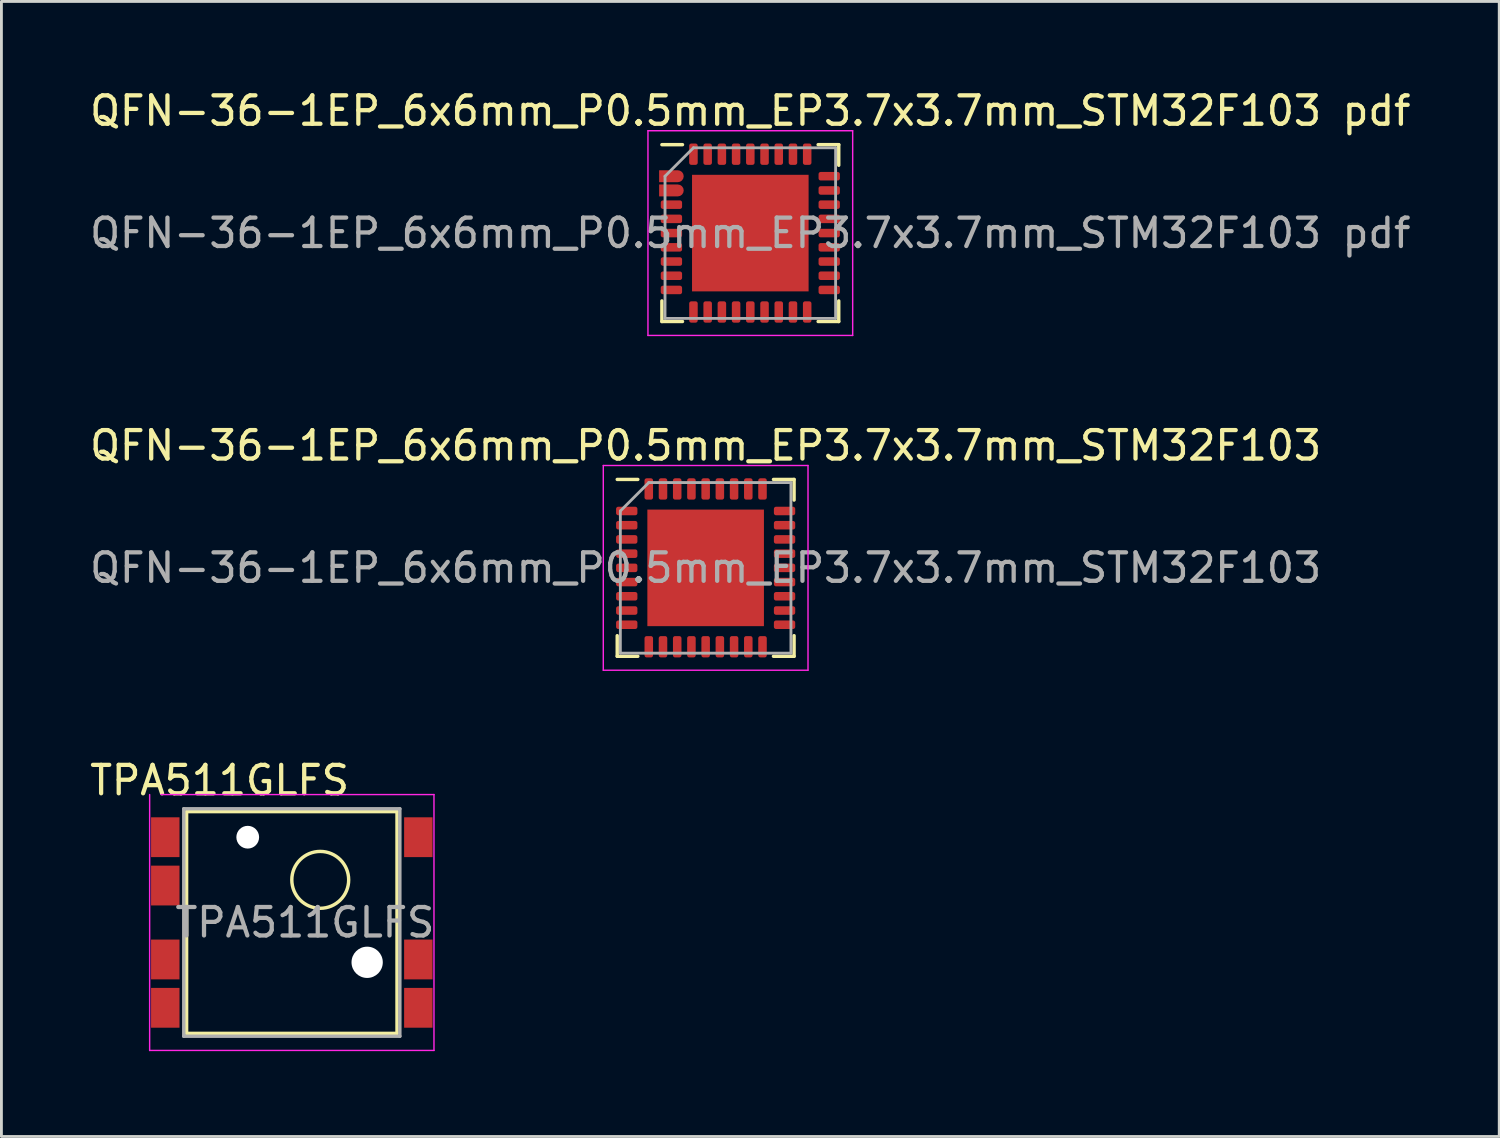
<source format=kicad_pcb>
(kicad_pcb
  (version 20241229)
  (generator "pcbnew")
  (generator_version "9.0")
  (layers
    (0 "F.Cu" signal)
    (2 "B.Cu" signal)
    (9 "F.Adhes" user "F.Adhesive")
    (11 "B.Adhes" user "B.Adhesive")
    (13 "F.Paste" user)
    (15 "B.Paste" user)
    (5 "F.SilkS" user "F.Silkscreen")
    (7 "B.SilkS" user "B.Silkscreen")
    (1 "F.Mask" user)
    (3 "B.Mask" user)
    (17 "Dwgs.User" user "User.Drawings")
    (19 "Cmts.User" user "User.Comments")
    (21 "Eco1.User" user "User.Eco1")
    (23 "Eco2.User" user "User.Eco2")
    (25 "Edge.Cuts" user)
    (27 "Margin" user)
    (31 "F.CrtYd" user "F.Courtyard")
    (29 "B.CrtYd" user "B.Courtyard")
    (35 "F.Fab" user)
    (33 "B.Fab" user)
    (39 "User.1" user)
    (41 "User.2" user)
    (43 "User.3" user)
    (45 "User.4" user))
  (footprint "QFN-36-1EP_6x6mm_P0.5mm_EP3.7x3.7mm_STM32F103 pdf"
    (layer "F.Cu")
    (at 23.339 5.148)
    (property "Reference" "QFN-36-1EP_6x6mm_P0.5mm_EP3.7x3.7mm_STM32F103 pdf" (at 0 -4.3 0) (layer "F.SilkS") (effects (font (size 1 1) (thickness 0.15))))
    (attr smd)
    (fp_line (start -3.11 3.11) (end -3.11 2.385) (stroke (width 0.12) (type solid)) (layer "F.SilkS"))
    (fp_line (start -2.385 -3.11) (end -3.11 -3.11) (stroke (width 0.12) (type solid)) (layer "F.SilkS"))
    (fp_line (start -2.385 3.11) (end -3.11 3.11) (stroke (width 0.12) (type solid)) (layer "F.SilkS"))
    (fp_line (start 2.385 -3.11) (end 3.11 -3.11) (stroke (width 0.12) (type solid)) (layer "F.SilkS"))
    (fp_line (start 2.385 3.11) (end 3.11 3.11) (stroke (width 0.12) (type solid)) (layer "F.SilkS"))
    (fp_line (start 3.11 -3.11) (end 3.11 -2.385) (stroke (width 0.12) (type solid)) (layer "F.SilkS"))
    (fp_line (start 3.11 3.11) (end 3.11 2.385) (stroke (width 0.12) (type solid)) (layer "F.SilkS"))
    (fp_line (start -3.6 -3.6) (end -3.6 3.6) (stroke (width 0.05) (type solid)) (layer "F.CrtYd"))
    (fp_line (start -3.6 3.6) (end 3.6 3.6) (stroke (width 0.05) (type solid)) (layer "F.CrtYd"))
    (fp_line (start 3.6 -3.6) (end -3.6 -3.6) (stroke (width 0.05) (type solid)) (layer "F.CrtYd"))
    (fp_line (start 3.6 3.6) (end 3.6 -3.6) (stroke (width 0.05) (type solid)) (layer "F.CrtYd"))
    (fp_line (start -3 -2) (end -2 -3) (stroke (width 0.1) (type solid)) (layer "F.Fab"))
    (fp_line (start -3 3) (end -3 -2) (stroke (width 0.1) (type solid)) (layer "F.Fab"))
    (fp_line (start -2 -3) (end 3 -3) (stroke (width 0.1) (type solid)) (layer "F.Fab"))
    (fp_line (start 3 -3) (end 3 3) (stroke (width 0.1) (type solid)) (layer "F.Fab"))
    (fp_line (start 3 3) (end -3 3) (stroke (width 0.1) (type solid)) (layer "F.Fab"))
    (fp_text user "${REFERENCE}" (at 0 0 0) (layer "F.Fab") (effects (font (size 1 1) (thickness 0.15))))
    (pad "" smd roundrect (at -1.23 -1.23) (size 0.99 0.99) (layers "F.Paste") (roundrect_rratio 0.25))
    (pad "" smd roundrect (at -1.23 0) (size 0.99 0.99) (layers "F.Paste") (roundrect_rratio 0.25))
    (pad "" smd roundrect (at -1.23 1.23) (size 0.99 0.99) (layers "F.Paste") (roundrect_rratio 0.25))
    (pad "" smd roundrect (at 0 -1.23) (size 0.99 0.99) (layers "F.Paste") (roundrect_rratio 0.25))
    (pad "" smd roundrect (at 0 0) (size 0.99 0.99) (layers "F.Paste") (roundrect_rratio 0.25))
    (pad "" smd roundrect (at 0 1.23) (size 0.99 0.99) (layers "F.Paste") (roundrect_rratio 0.25))
    (pad "" smd roundrect (at 1.23 -1.23) (size 0.99 0.99) (layers "F.Paste") (roundrect_rratio 0.25))
    (pad "" smd roundrect (at 1.23 0) (size 0.99 0.99) (layers "F.Paste") (roundrect_rratio 0.25))
    (pad "" smd roundrect (at 1.23 1.23) (size 0.99 0.99) (layers "F.Paste") (roundrect_rratio 0.25))
    (pad "1" smd roundrect (at -2.775 -2) (size 0.865 0.42) (layers "F.Cu" "F.Mask" "F.Paste") (roundrect_rratio 0.5) (chamfer_ratio 0) (chamfer top_left bottom_left))
    (pad "2" smd roundrect (at -2.775 -1.5) (size 0.865 0.42) (layers "F.Cu" "F.Mask" "F.Paste") (roundrect_rratio 0.5) (chamfer_ratio 0) (chamfer top_left bottom_left))
    (pad "3" smd roundrect (at -2.775 -1) (size 0.75 0.3) (layers "F.Cu" "F.Mask" "F.Paste") (roundrect_rratio 0.25))
    (pad "4" smd roundrect (at -2.775 -0.5) (size 0.75 0.3) (layers "F.Cu" "F.Mask" "F.Paste") (roundrect_rratio 0.25))
    (pad "5" smd roundrect (at -2.775 0) (size 0.75 0.3) (layers "F.Cu" "F.Mask" "F.Paste") (roundrect_rratio 0.25))
    (pad "6" smd roundrect (at -2.775 0.5) (size 0.75 0.3) (layers "F.Cu" "F.Mask" "F.Paste") (roundrect_rratio 0.25))
    (pad "7" smd roundrect (at -2.775 1) (size 0.75 0.3) (layers "F.Cu" "F.Mask" "F.Paste") (roundrect_rratio 0.25))
    (pad "8" smd roundrect (at -2.775 1.5) (size 0.75 0.3) (layers "F.Cu" "F.Mask" "F.Paste") (roundrect_rratio 0.25))
    (pad "9" smd roundrect (at -2.775 2) (size 0.75 0.3) (layers "F.Cu" "F.Mask" "F.Paste") (roundrect_rratio 0.25))
    (pad "10" smd roundrect (at -2 2.775) (size 0.3 0.75) (layers "F.Cu" "F.Mask" "F.Paste") (roundrect_rratio 0.25))
    (pad "11" smd roundrect (at -1.5 2.775) (size 0.3 0.75) (layers "F.Cu" "F.Mask" "F.Paste") (roundrect_rratio 0.25))
    (pad "12" smd roundrect (at -1 2.775) (size 0.3 0.75) (layers "F.Cu" "F.Mask" "F.Paste") (roundrect_rratio 0.25))
    (pad "13" smd roundrect (at -0.5 2.775) (size 0.3 0.75) (layers "F.Cu" "F.Mask" "F.Paste") (roundrect_rratio 0.25))
    (pad "14" smd roundrect (at 0 2.775) (size 0.3 0.75) (layers "F.Cu" "F.Mask" "F.Paste") (roundrect_rratio 0.25))
    (pad "15" smd roundrect (at 0.5 2.775) (size 0.3 0.75) (layers "F.Cu" "F.Mask" "F.Paste") (roundrect_rratio 0.25))
    (pad "16" smd roundrect (at 1 2.775) (size 0.3 0.75) (layers "F.Cu" "F.Mask" "F.Paste") (roundrect_rratio 0.25))
    (pad "17" smd roundrect (at 1.5 2.775) (size 0.3 0.75) (layers "F.Cu" "F.Mask" "F.Paste") (roundrect_rratio 0.25))
    (pad "18" smd roundrect (at 2 2.775) (size 0.3 0.75) (layers "F.Cu" "F.Mask" "F.Paste") (roundrect_rratio 0.25))
    (pad "19" smd roundrect (at 2.775 2) (size 0.75 0.3) (layers "F.Cu" "F.Mask" "F.Paste") (roundrect_rratio 0.25))
    (pad "20" smd roundrect (at 2.775 1.5) (size 0.75 0.3) (layers "F.Cu" "F.Mask" "F.Paste") (roundrect_rratio 0.25))
    (pad "21" smd roundrect (at 2.775 1) (size 0.75 0.3) (layers "F.Cu" "F.Mask" "F.Paste") (roundrect_rratio 0.25))
    (pad "22" smd roundrect (at 2.775 0.5) (size 0.75 0.3) (layers "F.Cu" "F.Mask" "F.Paste") (roundrect_rratio 0.25))
    (pad "23" smd roundrect (at 2.775 0) (size 0.75 0.3) (layers "F.Cu" "F.Mask" "F.Paste") (roundrect_rratio 0.25))
    (pad "24" smd roundrect (at 2.775 -0.5) (size 0.75 0.3) (layers "F.Cu" "F.Mask" "F.Paste") (roundrect_rratio 0.25))
    (pad "25" smd roundrect (at 2.775 -1) (size 0.75 0.3) (layers "F.Cu" "F.Mask" "F.Paste") (roundrect_rratio 0.25))
    (pad "26" smd roundrect (at 2.775 -1.5) (size 0.75 0.3) (layers "F.Cu" "F.Mask" "F.Paste") (roundrect_rratio 0.25))
    (pad "27" smd roundrect (at 2.775 -2) (size 0.75 0.3) (layers "F.Cu" "F.Mask" "F.Paste") (roundrect_rratio 0.25))
    (pad "28" smd roundrect (at 2 -2.775) (size 0.3 0.75) (layers "F.Cu" "F.Mask" "F.Paste") (roundrect_rratio 0.25))
    (pad "29" smd roundrect (at 1.5 -2.775) (size 0.3 0.75) (layers "F.Cu" "F.Mask" "F.Paste") (roundrect_rratio 0.25))
    (pad "30" smd roundrect (at 1 -2.775) (size 0.3 0.75) (layers "F.Cu" "F.Mask" "F.Paste") (roundrect_rratio 0.25))
    (pad "31" smd roundrect (at 0.5 -2.775) (size 0.3 0.75) (layers "F.Cu" "F.Mask" "F.Paste") (roundrect_rratio 0.25))
    (pad "32" smd roundrect (at 0 -2.775) (size 0.3 0.75) (layers "F.Cu" "F.Mask" "F.Paste") (roundrect_rratio 0.25))
    (pad "33" smd roundrect (at -0.5 -2.775) (size 0.3 0.75) (layers "F.Cu" "F.Mask" "F.Paste") (roundrect_rratio 0.25))
    (pad "34" smd roundrect (at -1 -2.775) (size 0.3 0.75) (layers "F.Cu" "F.Mask" "F.Paste") (roundrect_rratio 0.25))
    (pad "35" smd roundrect (at -1.5 -2.775) (size 0.3 0.75) (layers "F.Cu" "F.Mask" "F.Paste") (roundrect_rratio 0.25))
    (pad "36" smd roundrect (at -2 -2.775) (size 0.3 0.75) (layers "F.Cu" "F.Mask" "F.Paste") (roundrect_rratio 0.25))
    (pad "37" smd rect (at 0 0) (size 4.1 4.1) (layers "F.Cu" "F.Mask")))
  (footprint "TPA511GLFS"
    (layer "F.Cu")
    (at 7.213 29.395)
    (property "Reference" "TPA511GLFS" (at -2.54 -5 0) (layer "F.SilkS") (effects (font (size 1 1) (thickness 0.15))))
    (attr smd)
    (fp_line (start -3.7 -3.9) (end -3.7 3.9) (stroke (width 0.12) (type solid)) (layer "F.SilkS"))
    (fp_line (start 3.7 -3.9) (end -3.7 -3.9) (stroke (width 0.12) (type solid)) (layer "F.SilkS"))
    (fp_line (start 3.7 3.9) (end -3.7 3.9) (stroke (width 0.12) (type solid)) (layer "F.SilkS"))
    (fp_line (start 3.7 3.9) (end 3.7 -3.9) (stroke (width 0.12) (type solid)) (layer "F.SilkS"))
    (fp_circle (center 1 -1.5) (end 1 -2.5) (stroke (width 0.12) (type solid)) (fill no) (layer "F.SilkS"))
    (fp_line (start -5 4.5) (end -5 -4.5) (stroke (width 0.05) (type solid)) (layer "F.CrtYd"))
    (fp_line (start -4.6 -4.5) (end 5 -4.5) (stroke (width 0.05) (type solid)) (layer "F.CrtYd"))
    (fp_line (start 5 -4.5) (end 5 4.5) (stroke (width 0.05) (type solid)) (layer "F.CrtYd"))
    (fp_line (start 5 4.5) (end -5 4.5) (stroke (width 0.05) (type solid)) (layer "F.CrtYd"))
    (fp_line (start -3.8 -4) (end 3.8 -4) (stroke (width 0.12) (type solid)) (layer "F.Fab"))
    (fp_line (start -3.8 4) (end -3.8 -4) (stroke (width 0.12) (type solid)) (layer "F.Fab"))
    (fp_line (start 3.8 -4) (end 3.8 4) (stroke (width 0.12) (type solid)) (layer "F.Fab"))
    (fp_line (start 3.8 4) (end -3.8 4) (stroke (width 0.12) (type solid)) (layer "F.Fab"))
    (fp_text user "${REFERENCE}" (at 0.46 0 0) (layer "F.Fab") (effects (font (size 1 1) (thickness 0.15))))
    (pad "" np_thru_hole circle (at -1.55 -3) (size 0.8 0.8) (drill 0.8) (layers "*.Cu" "*.Mask"))
    (pad "" np_thru_hole circle (at 2.65 1.4) (size 1.1 1.1) (drill 1.1) (layers "*.Cu" "*.Mask"))
    (pad "1" smd rect (at -4.45 3 270) (size 1.4 1) (layers "F.Cu" "F.Mask" "F.Paste"))
    (pad "2" smd rect (at -4.45 1.3 270) (size 1.4 1) (layers "F.Cu" "F.Mask" "F.Paste"))
    (pad "3" smd rect (at 4.45 1.3 270) (size 1.4 1) (layers "F.Cu" "F.Mask" "F.Paste"))
    (pad "4" smd rect (at 4.45 3 270) (size 1.4 1) (layers "F.Cu" "F.Mask" "F.Paste"))
    (pad "5" smd rect (at 4.45 -3 270) (size 1.4 1) (layers "F.Cu" "F.Mask" "F.Paste"))
    (pad "6" smd rect (at -4.45 -1.3 270) (size 1.4 1) (layers "F.Cu" "F.Mask" "F.Paste"))
    (pad "7" smd rect (at -4.45 -3 270) (size 1.4 1) (layers "F.Cu" "F.Mask" "F.Paste")))
  (footprint "QFN-36-1EP_6x6mm_P0.5mm_EP3.7x3.7mm_STM32F103"
    (layer "F.Cu")
    (at 21.768 16.922)
    (property "Reference" "QFN-36-1EP_6x6mm_P0.5mm_EP3.7x3.7mm_STM32F103" (at 0 -4.3 0) (layer "F.SilkS") (effects (font (size 1 1) (thickness 0.15))))
    (attr smd)
    (fp_line (start -3.11 3.11) (end -3.11 2.385) (stroke (width 0.12) (type solid)) (layer "F.SilkS"))
    (fp_line (start -2.385 -3.11) (end -3.11 -3.11) (stroke (width 0.12) (type solid)) (layer "F.SilkS"))
    (fp_line (start -2.385 3.11) (end -3.11 3.11) (stroke (width 0.12) (type solid)) (layer "F.SilkS"))
    (fp_line (start 2.385 -3.11) (end 3.11 -3.11) (stroke (width 0.12) (type solid)) (layer "F.SilkS"))
    (fp_line (start 2.385 3.11) (end 3.11 3.11) (stroke (width 0.12) (type solid)) (layer "F.SilkS"))
    (fp_line (start 3.11 -3.11) (end 3.11 -2.385) (stroke (width 0.12) (type solid)) (layer "F.SilkS"))
    (fp_line (start 3.11 3.11) (end 3.11 2.385) (stroke (width 0.12) (type solid)) (layer "F.SilkS"))
    (fp_line (start -3.6 -3.6) (end -3.6 3.6) (stroke (width 0.05) (type solid)) (layer "F.CrtYd"))
    (fp_line (start -3.6 3.6) (end 3.6 3.6) (stroke (width 0.05) (type solid)) (layer "F.CrtYd"))
    (fp_line (start 3.6 -3.6) (end -3.6 -3.6) (stroke (width 0.05) (type solid)) (layer "F.CrtYd"))
    (fp_line (start 3.6 3.6) (end 3.6 -3.6) (stroke (width 0.05) (type solid)) (layer "F.CrtYd"))
    (fp_line (start -3 -2) (end -2 -3) (stroke (width 0.1) (type solid)) (layer "F.Fab"))
    (fp_line (start -3 3) (end -3 -2) (stroke (width 0.1) (type solid)) (layer "F.Fab"))
    (fp_line (start -2 -3) (end 3 -3) (stroke (width 0.1) (type solid)) (layer "F.Fab"))
    (fp_line (start 3 -3) (end 3 3) (stroke (width 0.1) (type solid)) (layer "F.Fab"))
    (fp_line (start 3 3) (end -3 3) (stroke (width 0.1) (type solid)) (layer "F.Fab"))
    (fp_text user "${REFERENCE}" (at 0 0 0) (layer "F.Fab") (effects (font (size 1 1) (thickness 0.15))))
    (pad "" smd roundrect (at -1.23 -1.23) (size 0.99 0.99) (layers "F.Paste") (roundrect_rratio 0.25))
    (pad "" smd roundrect (at -1.23 0) (size 0.99 0.99) (layers "F.Paste") (roundrect_rratio 0.25))
    (pad "" smd roundrect (at -1.23 1.23) (size 0.99 0.99) (layers "F.Paste") (roundrect_rratio 0.25))
    (pad "" smd roundrect (at 0 -1.23) (size 0.99 0.99) (layers "F.Paste") (roundrect_rratio 0.25))
    (pad "" smd roundrect (at 0 0) (size 0.99 0.99) (layers "F.Paste") (roundrect_rratio 0.25))
    (pad "" smd roundrect (at 0 1.23) (size 0.99 0.99) (layers "F.Paste") (roundrect_rratio 0.25))
    (pad "" smd roundrect (at 1.23 -1.23) (size 0.99 0.99) (layers "F.Paste") (roundrect_rratio 0.25))
    (pad "" smd roundrect (at 1.23 0) (size 0.99 0.99) (layers "F.Paste") (roundrect_rratio 0.25))
    (pad "" smd roundrect (at 1.23 1.23) (size 0.99 0.99) (layers "F.Paste") (roundrect_rratio 0.25))
    (pad "1" smd roundrect (at -2.775 -2) (size 0.75 0.3) (layers "F.Cu" "F.Mask" "F.Paste") (roundrect_rratio 0.25))
    (pad "2" smd roundrect (at -2.775 -1.5) (size 0.75 0.3) (layers "F.Cu" "F.Mask" "F.Paste") (roundrect_rratio 0.25))
    (pad "3" smd roundrect (at -2.775 -1) (size 0.75 0.3) (layers "F.Cu" "F.Mask" "F.Paste") (roundrect_rratio 0.25))
    (pad "4" smd roundrect (at -2.775 -0.5) (size 0.75 0.3) (layers "F.Cu" "F.Mask" "F.Paste") (roundrect_rratio 0.25))
    (pad "5" smd roundrect (at -2.775 0) (size 0.75 0.3) (layers "F.Cu" "F.Mask" "F.Paste") (roundrect_rratio 0.25))
    (pad "6" smd roundrect (at -2.775 0.5) (size 0.75 0.3) (layers "F.Cu" "F.Mask" "F.Paste") (roundrect_rratio 0.25))
    (pad "7" smd roundrect (at -2.775 1) (size 0.75 0.3) (layers "F.Cu" "F.Mask" "F.Paste") (roundrect_rratio 0.25))
    (pad "8" smd roundrect (at -2.775 1.5) (size 0.75 0.3) (layers "F.Cu" "F.Mask" "F.Paste") (roundrect_rratio 0.25))
    (pad "9" smd roundrect (at -2.775 2) (size 0.75 0.3) (layers "F.Cu" "F.Mask" "F.Paste") (roundrect_rratio 0.25))
    (pad "10" smd roundrect (at -2 2.775) (size 0.3 0.75) (layers "F.Cu" "F.Mask" "F.Paste") (roundrect_rratio 0.25))
    (pad "11" smd roundrect (at -1.5 2.775) (size 0.3 0.75) (layers "F.Cu" "F.Mask" "F.Paste") (roundrect_rratio 0.25))
    (pad "12" smd roundrect (at -1 2.775) (size 0.3 0.75) (layers "F.Cu" "F.Mask" "F.Paste") (roundrect_rratio 0.25))
    (pad "13" smd roundrect (at -0.5 2.775) (size 0.3 0.75) (layers "F.Cu" "F.Mask" "F.Paste") (roundrect_rratio 0.25))
    (pad "14" smd roundrect (at 0 2.775) (size 0.3 0.75) (layers "F.Cu" "F.Mask" "F.Paste") (roundrect_rratio 0.25))
    (pad "15" smd roundrect (at 0.5 2.775) (size 0.3 0.75) (layers "F.Cu" "F.Mask" "F.Paste") (roundrect_rratio 0.25))
    (pad "16" smd roundrect (at 1 2.775) (size 0.3 0.75) (layers "F.Cu" "F.Mask" "F.Paste") (roundrect_rratio 0.25))
    (pad "17" smd roundrect (at 1.5 2.775) (size 0.3 0.75) (layers "F.Cu" "F.Mask" "F.Paste") (roundrect_rratio 0.25))
    (pad "18" smd roundrect (at 2 2.775) (size 0.3 0.75) (layers "F.Cu" "F.Mask" "F.Paste") (roundrect_rratio 0.25))
    (pad "19" smd roundrect (at 2.775 2) (size 0.75 0.3) (layers "F.Cu" "F.Mask" "F.Paste") (roundrect_rratio 0.25))
    (pad "20" smd roundrect (at 2.775 1.5) (size 0.75 0.3) (layers "F.Cu" "F.Mask" "F.Paste") (roundrect_rratio 0.25))
    (pad "21" smd roundrect (at 2.775 1) (size 0.75 0.3) (layers "F.Cu" "F.Mask" "F.Paste") (roundrect_rratio 0.25))
    (pad "22" smd roundrect (at 2.775 0.5) (size 0.75 0.3) (layers "F.Cu" "F.Mask" "F.Paste") (roundrect_rratio 0.25))
    (pad "23" smd roundrect (at 2.775 0) (size 0.75 0.3) (layers "F.Cu" "F.Mask" "F.Paste") (roundrect_rratio 0.25))
    (pad "24" smd roundrect (at 2.775 -0.5) (size 0.75 0.3) (layers "F.Cu" "F.Mask" "F.Paste") (roundrect_rratio 0.25))
    (pad "25" smd roundrect (at 2.775 -1) (size 0.75 0.3) (layers "F.Cu" "F.Mask" "F.Paste") (roundrect_rratio 0.25))
    (pad "26" smd roundrect (at 2.775 -1.5) (size 0.75 0.3) (layers "F.Cu" "F.Mask" "F.Paste") (roundrect_rratio 0.25))
    (pad "27" smd roundrect (at 2.775 -2) (size 0.75 0.3) (layers "F.Cu" "F.Mask" "F.Paste") (roundrect_rratio 0.25))
    (pad "28" smd roundrect (at 2 -2.775) (size 0.3 0.75) (layers "F.Cu" "F.Mask" "F.Paste") (roundrect_rratio 0.25))
    (pad "29" smd roundrect (at 1.5 -2.775) (size 0.3 0.75) (layers "F.Cu" "F.Mask" "F.Paste") (roundrect_rratio 0.25))
    (pad "30" smd roundrect (at 1 -2.775) (size 0.3 0.75) (layers "F.Cu" "F.Mask" "F.Paste") (roundrect_rratio 0.25))
    (pad "31" smd roundrect (at 0.5 -2.775) (size 0.3 0.75) (layers "F.Cu" "F.Mask" "F.Paste") (roundrect_rratio 0.25))
    (pad "32" smd roundrect (at 0 -2.775) (size 0.3 0.75) (layers "F.Cu" "F.Mask" "F.Paste") (roundrect_rratio 0.25))
    (pad "33" smd roundrect (at -0.5 -2.775) (size 0.3 0.75) (layers "F.Cu" "F.Mask" "F.Paste") (roundrect_rratio 0.25))
    (pad "34" smd roundrect (at -1 -2.775) (size 0.3 0.75) (layers "F.Cu" "F.Mask" "F.Paste") (roundrect_rratio 0.25))
    (pad "35" smd roundrect (at -1.5 -2.775) (size 0.3 0.75) (layers "F.Cu" "F.Mask" "F.Paste") (roundrect_rratio 0.25))
    (pad "36" smd roundrect (at -2 -2.775) (size 0.3 0.75) (layers "F.Cu" "F.Mask" "F.Paste") (roundrect_rratio 0.25))
    (pad "37" smd rect (at 0 0) (size 4.1 4.1) (layers "F.Cu" "F.Mask")))
  (gr_rect
    (start -3 -3)
    (end 49.679 36.92)
    (stroke (width 0.1) (type default))
    (fill no)
    (layer "Edge.Cuts")))
</source>
